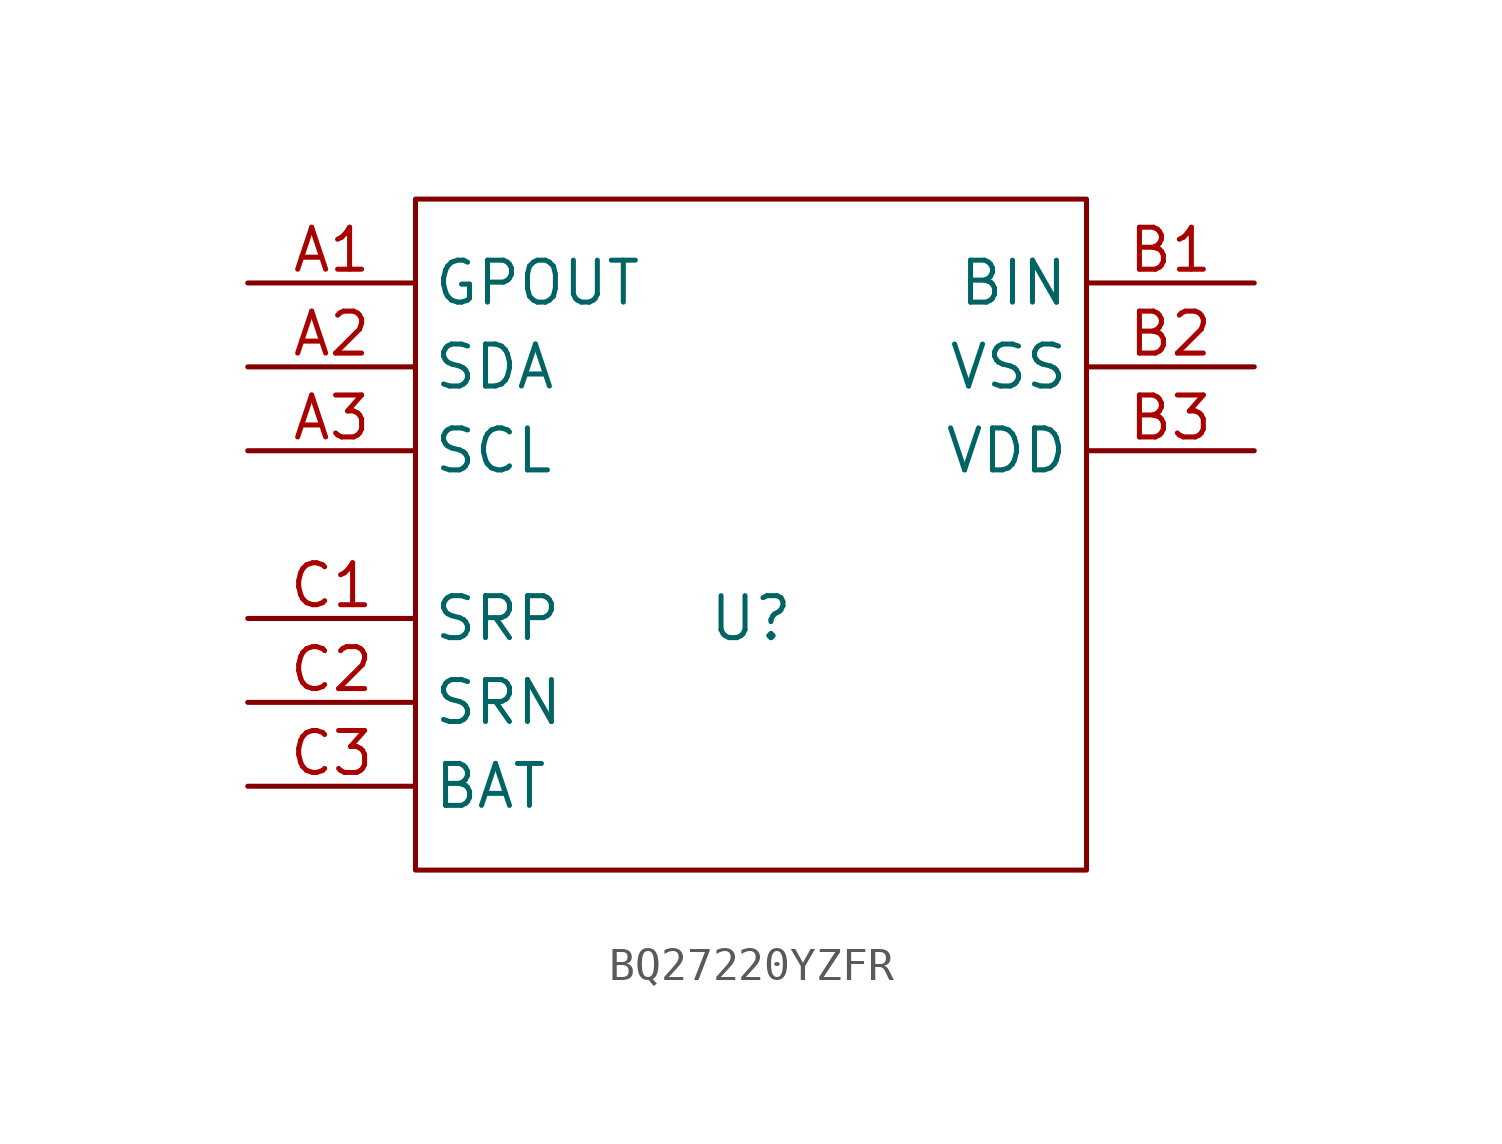
<source format=kicad_sym>
(kicad_symbol_lib
  (version 20241209)
  (generator "kicad_symbol_editor")
  (generator_version "9.0")
  (symbol "BQ27220YZFR"
    (property "Reference" "U"
      (at 0 0 0)
      (effects (font (size 1.27 1.27))))
    (property "Value" ""
      (at 0 0 0)
      (effects (font (size 1.27 1.27))))
    (symbol "BQ27220YZFR_1_0"
      (rectangle (start -10.16 -7.62) (end 10.16 12.7) (stroke (width 0) (type default)) (fill (type none)))
      (pin input line (at -15.24 10.16 0) (length 5.08) (name "GPOUT" (effects (font (size 1.27 1.27)))) (number "A1" (effects (font (size 1.27 1.27)))))
      (pin input line (at -15.24 7.62 0) (length 5.08) (name "SDA" (effects (font (size 1.27 1.27)))) (number "A2" (effects (font (size 1.27 1.27)))))
      (pin input line (at -15.24 5.08 0) (length 5.08) (name "SCL" (effects (font (size 1.27 1.27)))) (number "A3" (effects (font (size 1.27 1.27)))))
      (pin input line (at -15.24 0 0) (length 5.08) (name "SRP" (effects (font (size 1.27 1.27)))) (number "C1" (effects (font (size 1.27 1.27)))))
      (pin input line (at -15.24 -2.54 0) (length 5.08) (name "SRN" (effects (font (size 1.27 1.27)))) (number "C2" (effects (font (size 1.27 1.27)))))
      (pin input line (at -15.24 -5.08 0) (length 5.08) (name "BAT" (effects (font (size 1.27 1.27)))) (number "C3" (effects (font (size 1.27 1.27)))))
      (pin input line (at 15.24 10.16 180) (length 5.08) (name "BIN" (effects (font (size 1.27 1.27)))) (number "B1" (effects (font (size 1.27 1.27)))))
      (pin input line (at 15.24 7.62 180) (length 5.08) (name "VSS" (effects (font (size 1.27 1.27)))) (number "B2" (effects (font (size 1.27 1.27)))))
      (pin input line (at 15.24 5.08 180) (length 5.08) (name "VDD" (effects (font (size 1.27 1.27)))) (number "B3" (effects (font (size 1.27 1.27))))))))
</source>
